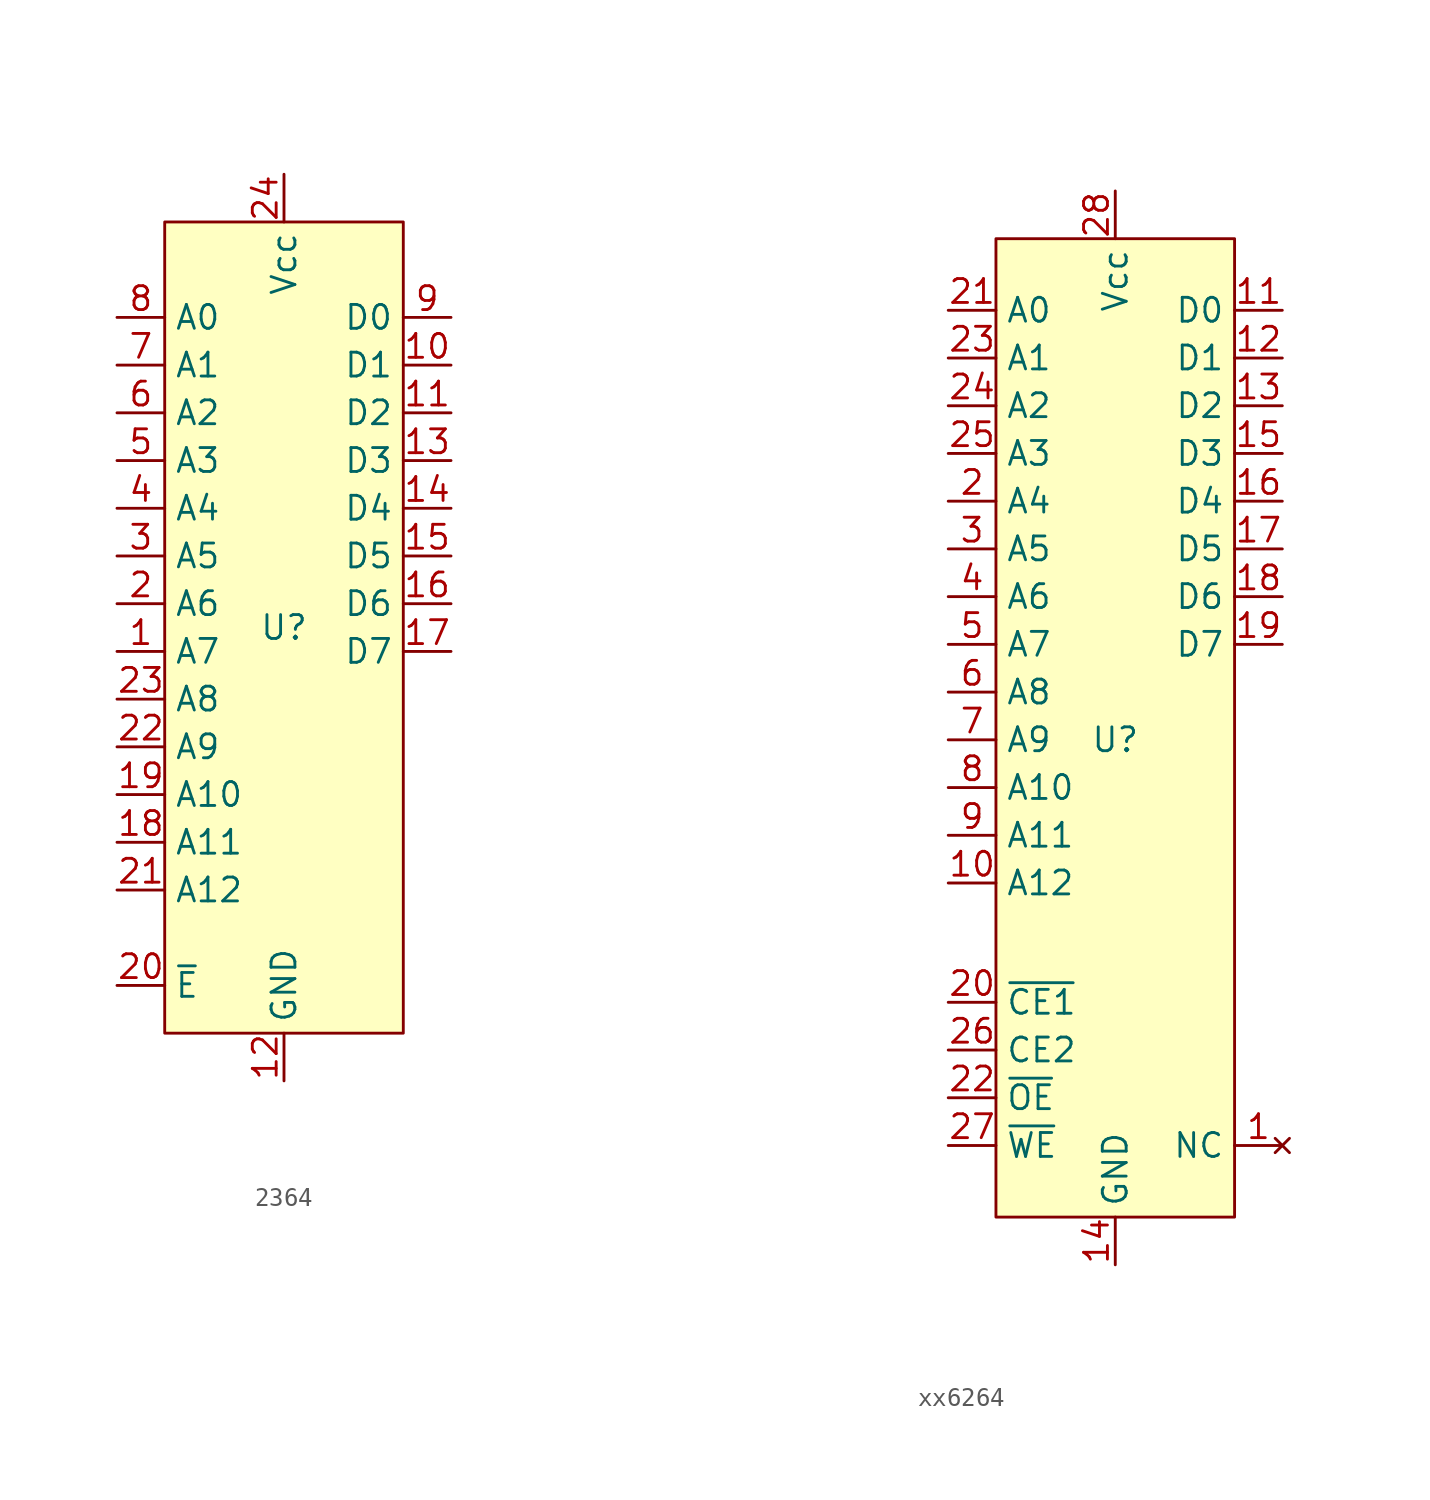
<source format=kicad_sym>
(kicad_symbol_lib
  (version 20231120)
  (generator "kicad_symbol_editor")
  (generator_version "8.0")
  (symbol "2364"
    (property "Reference" "U"
      (at 0 0 0)
      (effects (font (size 1.27 1.27))))
    (property "Value" ""
      (at 0 3.81 0)
      (effects (font (size 1.27 1.27))))
    (symbol "2364_0_0"
      (pin input line (at -8.89 -1.27 0) (length 2.54) (name "A7" (effects (font (size 1.27 1.27)))) (number "1" (effects (font (size 1.27 1.27)))))
      (pin output line (at 8.89 13.97 180) (length 2.54) (name "D1" (effects (font (size 1.27 1.27)))) (number "10" (effects (font (size 1.27 1.27)))))
      (pin output line (at 8.89 11.43 180) (length 2.54) (name "D2" (effects (font (size 1.27 1.27)))) (number "11" (effects (font (size 1.27 1.27)))))
      (pin power_in line (at 0 -24.13 90) (length 2.54) (name "GND" (effects (font (size 1.27 1.27)))) (number "12" (effects (font (size 1.27 1.27)))))
      (pin output line (at 8.89 8.89 180) (length 2.54) (name "D3" (effects (font (size 1.27 1.27)))) (number "13" (effects (font (size 1.27 1.27)))))
      (pin output line (at 8.89 6.35 180) (length 2.54) (name "D4" (effects (font (size 1.27 1.27)))) (number "14" (effects (font (size 1.27 1.27)))))
      (pin output line (at 8.89 3.81 180) (length 2.54) (name "D5" (effects (font (size 1.27 1.27)))) (number "15" (effects (font (size 1.27 1.27)))))
      (pin output line (at 8.89 1.27 180) (length 2.54) (name "D6" (effects (font (size 1.27 1.27)))) (number "16" (effects (font (size 1.27 1.27)))))
      (pin output line (at 8.89 -1.27 180) (length 2.54) (name "D7" (effects (font (size 1.27 1.27)))) (number "17" (effects (font (size 1.27 1.27)))))
      (pin input line (at -8.89 -11.43 0) (length 2.54) (name "A11" (effects (font (size 1.27 1.27)))) (number "18" (effects (font (size 1.27 1.27)))))
      (pin input line (at -8.89 -8.89 0) (length 2.54) (name "A10" (effects (font (size 1.27 1.27)))) (number "19" (effects (font (size 1.27 1.27)))))
      (pin input line (at -8.89 1.27 0) (length 2.54) (name "A6" (effects (font (size 1.27 1.27)))) (number "2" (effects (font (size 1.27 1.27)))))
      (pin input line (at -8.89 -19.05 0) (length 2.54) (name "~{E}" (effects (font (size 1.27 1.27)))) (number "20" (effects (font (size 1.27 1.27)))))
      (pin input line (at -8.89 -13.97 0) (length 2.54) (name "A12" (effects (font (size 1.27 1.27)))) (number "21" (effects (font (size 1.27 1.27)))))
      (pin input line (at -8.89 -6.35 0) (length 2.54) (name "A9" (effects (font (size 1.27 1.27)))) (number "22" (effects (font (size 1.27 1.27)))))
      (pin input line (at -8.89 -3.81 0) (length 2.54) (name "A8" (effects (font (size 1.27 1.27)))) (number "23" (effects (font (size 1.27 1.27)))))
      (pin power_in line (at 0 24.13 270) (length 2.54) (name "Vcc" (effects (font (size 1.27 1.27)))) (number "24" (effects (font (size 1.27 1.27)))))
      (pin input line (at -8.89 3.81 0) (length 2.54) (name "A5" (effects (font (size 1.27 1.27)))) (number "3" (effects (font (size 1.27 1.27)))))
      (pin input line (at -8.89 6.35 0) (length 2.54) (name "A4" (effects (font (size 1.27 1.27)))) (number "4" (effects (font (size 1.27 1.27)))))
      (pin input line (at -8.89 8.89 0) (length 2.54) (name "A3" (effects (font (size 1.27 1.27)))) (number "5" (effects (font (size 1.27 1.27)))))
      (pin input line (at -8.89 11.43 0) (length 2.54) (name "A2" (effects (font (size 1.27 1.27)))) (number "6" (effects (font (size 1.27 1.27)))))
      (pin input line (at -8.89 13.97 0) (length 2.54) (name "A1" (effects (font (size 1.27 1.27)))) (number "7" (effects (font (size 1.27 1.27)))))
      (pin input line (at -8.89 16.51 0) (length 2.54) (name "A0" (effects (font (size 1.27 1.27)))) (number "8" (effects (font (size 1.27 1.27)))))
      (pin output line (at 8.89 16.51 180) (length 2.54) (name "D0" (effects (font (size 1.27 1.27)))) (number "9" (effects (font (size 1.27 1.27))))))
    (symbol "2364_1_1"
      (rectangle (start -6.35 21.59) (end 6.35 -21.59) (stroke (width 0) (type default)) (fill (type background)))))
  (symbol "xx6264"
    (property "Reference" "U"
      (at 0 0 0)
      (effects (font (size 1.27 1.27))))
    (property "Value" ""
      (at -25.4 0 0)
      (effects (font (size 1.27 1.27))))
    (symbol "xx6264_0_0"
      (pin no_connect line (at 8.89 -21.59 180) (length 2.54) (name "NC" (effects (font (size 1.27 1.27)))) (number "1" (effects (font (size 1.27 1.27)))))
      (pin input line (at -8.89 -7.62 0) (length 2.54) (name "A12" (effects (font (size 1.27 1.27)))) (number "10" (effects (font (size 1.27 1.27)))))
      (pin bidirectional line (at 8.89 22.86 180) (length 2.54) (name "D0" (effects (font (size 1.27 1.27)))) (number "11" (effects (font (size 1.27 1.27)))))
      (pin bidirectional line (at 8.89 20.32 180) (length 2.54) (name "D1" (effects (font (size 1.27 1.27)))) (number "12" (effects (font (size 1.27 1.27)))))
      (pin bidirectional line (at 8.89 17.78 180) (length 2.54) (name "D2" (effects (font (size 1.27 1.27)))) (number "13" (effects (font (size 1.27 1.27)))))
      (pin power_in line (at 0 -27.94 90) (length 2.54) (name "GND" (effects (font (size 1.27 1.27)))) (number "14" (effects (font (size 1.27 1.27)))))
      (pin bidirectional line (at 8.89 15.24 180) (length 2.54) (name "D3" (effects (font (size 1.27 1.27)))) (number "15" (effects (font (size 1.27 1.27)))))
      (pin bidirectional line (at 8.89 12.7 180) (length 2.54) (name "D4" (effects (font (size 1.27 1.27)))) (number "16" (effects (font (size 1.27 1.27)))))
      (pin bidirectional line (at 8.89 10.16 180) (length 2.54) (name "D5" (effects (font (size 1.27 1.27)))) (number "17" (effects (font (size 1.27 1.27)))))
      (pin bidirectional line (at 8.89 7.62 180) (length 2.54) (name "D6" (effects (font (size 1.27 1.27)))) (number "18" (effects (font (size 1.27 1.27)))))
      (pin bidirectional line (at 8.89 5.08 180) (length 2.54) (name "D7" (effects (font (size 1.27 1.27)))) (number "19" (effects (font (size 1.27 1.27)))))
      (pin input line (at -8.89 12.7 0) (length 2.54) (name "A4" (effects (font (size 1.27 1.27)))) (number "2" (effects (font (size 1.27 1.27)))))
      (pin input line (at -8.89 -13.97 0) (length 2.54) (name "~{CE1}" (effects (font (size 1.27 1.27)))) (number "20" (effects (font (size 1.27 1.27)))))
      (pin input line (at -8.89 22.86 0) (length 2.54) (name "A0" (effects (font (size 1.27 1.27)))) (number "21" (effects (font (size 1.27 1.27)))))
      (pin input line (at -8.89 20.32 0) (length 2.54) (name "A1" (effects (font (size 1.27 1.27)))) (number "23" (effects (font (size 1.27 1.27)))))
      (pin input line (at -8.89 17.78 0) (length 2.54) (name "A2" (effects (font (size 1.27 1.27)))) (number "24" (effects (font (size 1.27 1.27)))))
      (pin input line (at -8.89 15.24 0) (length 2.54) (name "A3" (effects (font (size 1.27 1.27)))) (number "25" (effects (font (size 1.27 1.27)))))
      (pin input line (at -8.89 -16.51 0) (length 2.54) (name "CE2" (effects (font (size 1.27 1.27)))) (number "26" (effects (font (size 1.27 1.27)))))
      (pin power_in line (at 0 29.21 270) (length 2.54) (name "Vcc" (effects (font (size 1.27 1.27)))) (number "28" (effects (font (size 1.27 1.27)))))
      (pin input line (at -8.89 10.16 0) (length 2.54) (name "A5" (effects (font (size 1.27 1.27)))) (number "3" (effects (font (size 1.27 1.27)))))
      (pin input line (at -8.89 7.62 0) (length 2.54) (name "A6" (effects (font (size 1.27 1.27)))) (number "4" (effects (font (size 1.27 1.27)))))
      (pin input line (at -8.89 2.54 0) (length 2.54) (name "A8" (effects (font (size 1.27 1.27)))) (number "6" (effects (font (size 1.27 1.27)))))
      (pin input line (at -8.89 0 0) (length 2.54) (name "A9" (effects (font (size 1.27 1.27)))) (number "7" (effects (font (size 1.27 1.27)))))
      (pin input line (at -8.89 -2.54 0) (length 2.54) (name "A10" (effects (font (size 1.27 1.27)))) (number "8" (effects (font (size 1.27 1.27)))))
      (pin input line (at -8.89 -5.08 0) (length 2.54) (name "A11" (effects (font (size 1.27 1.27)))) (number "9" (effects (font (size 1.27 1.27))))))
    (symbol "xx6264_1_0"
      (pin input line (at -8.89 -19.05 0) (length 2.54) (name "~{OE}" (effects (font (size 1.27 1.27)))) (number "22" (effects (font (size 1.27 1.27)))))
      (pin input line (at -8.89 -21.59 0) (length 2.54) (name "~{WE}" (effects (font (size 1.27 1.27)))) (number "27" (effects (font (size 1.27 1.27)))))
      (pin input line (at -8.89 5.08 0) (length 2.54) (name "A7" (effects (font (size 1.27 1.27)))) (number "5" (effects (font (size 1.27 1.27))))))
    (symbol "xx6264_1_1"
      (rectangle (start -6.35 26.67) (end 6.35 -25.4) (stroke (width 0) (type default)) (fill (type background))))))
</source>
